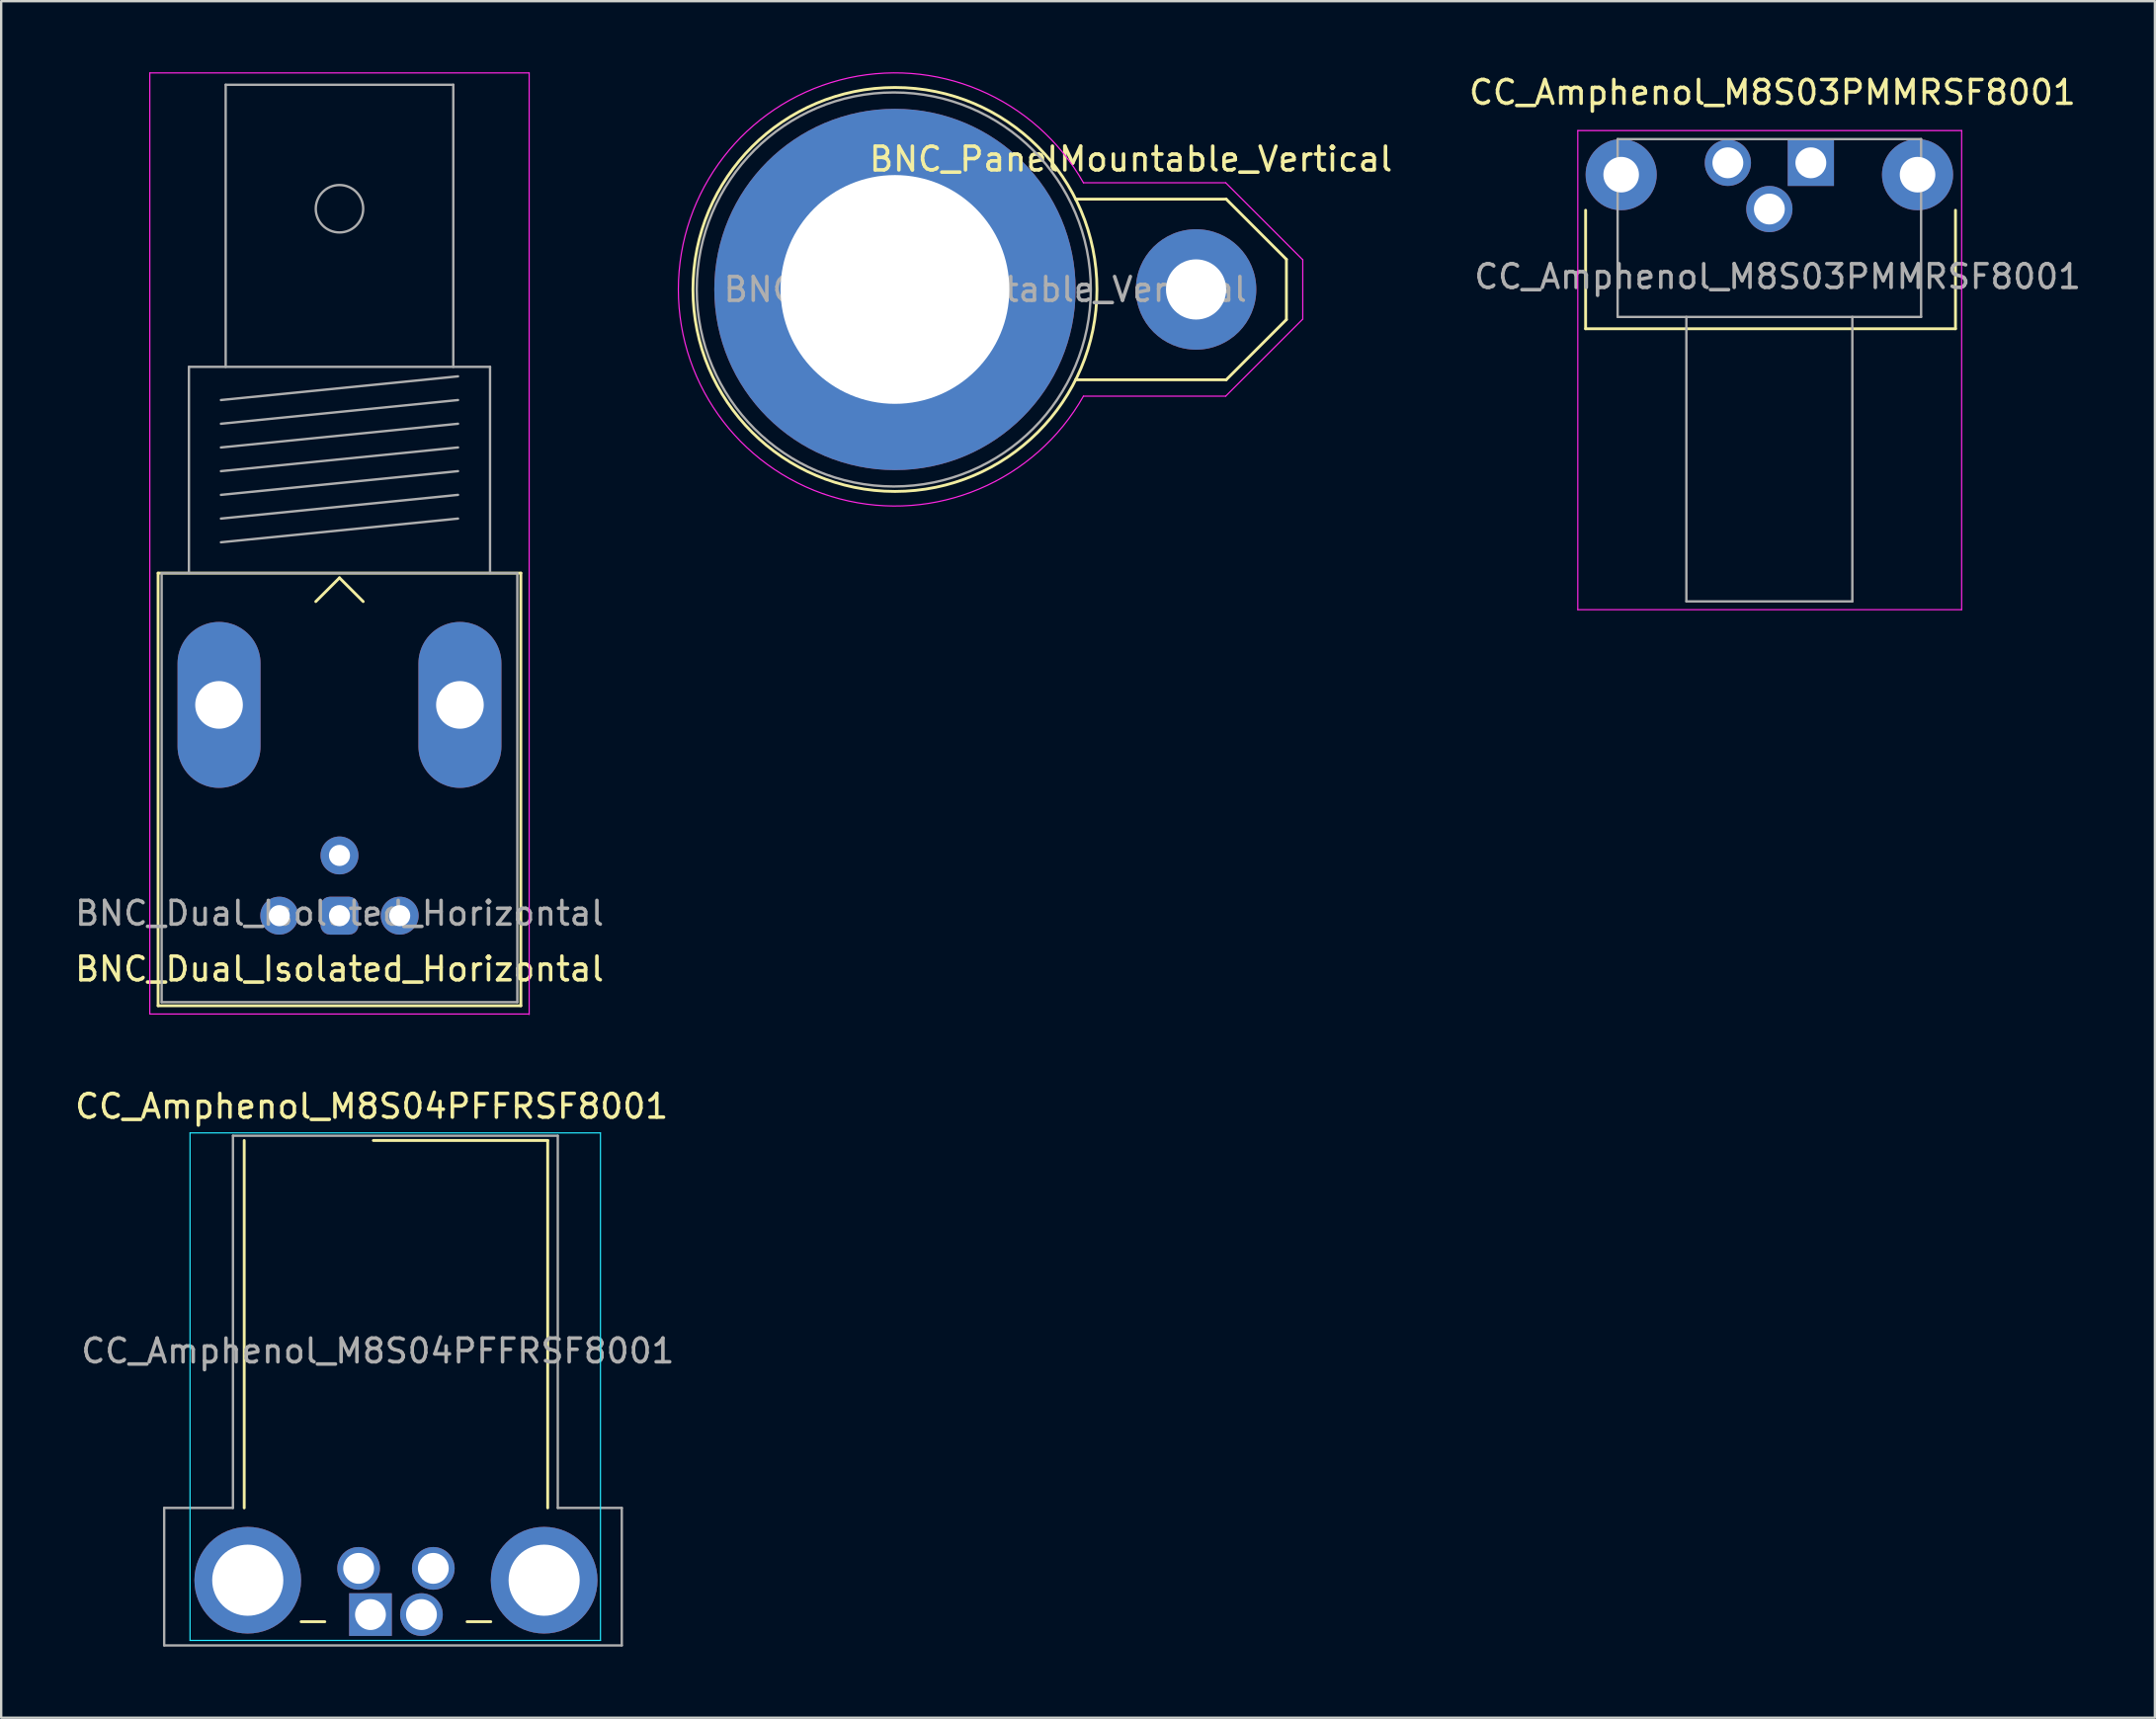
<source format=kicad_pcb>
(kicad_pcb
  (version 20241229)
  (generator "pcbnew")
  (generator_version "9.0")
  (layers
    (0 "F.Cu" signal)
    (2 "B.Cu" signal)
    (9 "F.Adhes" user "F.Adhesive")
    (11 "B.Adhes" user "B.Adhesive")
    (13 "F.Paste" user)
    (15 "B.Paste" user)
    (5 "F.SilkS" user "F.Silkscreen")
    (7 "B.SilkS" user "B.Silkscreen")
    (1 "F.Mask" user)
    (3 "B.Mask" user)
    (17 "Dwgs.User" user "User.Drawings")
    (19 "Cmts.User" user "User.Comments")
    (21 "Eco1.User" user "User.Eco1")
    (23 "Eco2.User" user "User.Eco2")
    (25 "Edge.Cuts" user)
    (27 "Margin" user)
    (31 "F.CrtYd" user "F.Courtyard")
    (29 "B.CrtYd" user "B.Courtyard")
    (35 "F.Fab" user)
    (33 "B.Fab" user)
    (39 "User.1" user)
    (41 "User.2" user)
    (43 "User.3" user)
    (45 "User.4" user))
  (footprint "CC_Amphenol_M8S03PMMRSF8001"
    (layer "F.Cu")
    (at 73.325 3.818)
    (property "Reference" "CC_Amphenol_M8S03PMMRSF8001" (at -1.62 -2.97 0) (layer "F.SilkS") (effects (font (size 1 1) (thickness 0.15))))
    (attr through_hole)
    (fp_line (start -9.5 2) (end -9.5 7) (stroke (width 0.12) (type solid)) (layer "F.SilkS"))
    (fp_line (start -9.5 7) (end 6.1 7) (stroke (width 0.12) (type solid)) (layer "F.SilkS"))
    (fp_line (start 6.1 7) (end 6.1 2) (stroke (width 0.12) (type solid)) (layer "F.SilkS"))
    (fp_line (start -9.83 -1.36) (end 6.36 -1.36) (stroke (width 0.05) (type solid)) (layer "F.CrtYd"))
    (fp_line (start -9.83 18.85) (end -9.83 -1.36) (stroke (width 0.05) (type solid)) (layer "F.CrtYd"))
    (fp_line (start 6.36 -1.36) (end 6.36 18.85) (stroke (width 0.05) (type solid)) (layer "F.CrtYd"))
    (fp_line (start 6.36 18.85) (end -9.83 18.85) (stroke (width 0.05) (type solid)) (layer "F.CrtYd"))
    (fp_line (start -8.15 -1) (end 4.65 -1) (stroke (width 0.1) (type solid)) (layer "F.Fab"))
    (fp_line (start -8.15 6.5) (end -8.15 -1) (stroke (width 0.1) (type solid)) (layer "F.Fab"))
    (fp_line (start -5.25 18.5) (end -5.25 6.5) (stroke (width 0.1) (type solid)) (layer "F.Fab"))
    (fp_line (start 1.75 6.5) (end 1.75 18.5) (stroke (width 0.1) (type solid)) (layer "F.Fab"))
    (fp_line (start 1.75 18.5) (end -5.25 18.5) (stroke (width 0.1) (type solid)) (layer "F.Fab"))
    (fp_line (start 4.65 -1) (end 4.65 6.5) (stroke (width 0.1) (type solid)) (layer "F.Fab"))
    (fp_line (start 4.65 6.5) (end -8.15 6.5) (stroke (width 0.1) (type solid)) (layer "F.Fab"))
    (fp_text user "${REFERENCE}" (at -1.4 4.8 0) (layer "F.Fab") (effects (font (size 1 1) (thickness 0.15))))
    (pad "1" thru_hole rect (at 0 0 90) (size 1.95 1.95) (drill 1.3) (layers "*.Cu" "*.Mask"))
    (pad "3" thru_hole circle (at -3.5 0 90) (size 1.95 1.95) (drill 1.3) (layers "*.Cu" "*.Mask"))
    (pad "4" thru_hole circle (at -1.75 1.95 90) (size 1.95 1.95) (drill 1.3) (layers "*.Cu" "*.Mask"))
    (pad "5" thru_hole circle (at -8 0.5 90) (size 3 3) (drill 1.5) (layers "*.Cu" "*.Mask"))
    (pad "6" thru_hole circle (at 4.5 0.5 90) (size 3 3) (drill 1.5) (layers "*.Cu" "*.Mask")))
  (footprint "CC_Amphenol_M8S04PFFRSF8001"
    (layer "F.Cu")
    (at 12.575 65.058)
    (property "Reference" "CC_Amphenol_M8S04PFFRSF8001" (at 0.05 -21.44 0) (layer "F.SilkS") (effects (font (size 1 1) (thickness 0.15))))
    (attr through_hole)
    (fp_line (start -5.325 -4.5) (end -5.325 -20) (stroke (width 0.12) (type solid)) (layer "F.SilkS"))
    (fp_line (start -2.925 0.3) (end -1.925 0.3) (stroke (width 0.12) (type solid)) (layer "F.SilkS"))
    (fp_line (start 0.12 -20) (end 7.475 -20) (stroke (width 0.12) (type solid)) (layer "F.SilkS"))
    (fp_line (start 4.075 0.3) (end 5.075 0.3) (stroke (width 0.12) (type solid)) (layer "F.SilkS"))
    (fp_line (start 7.475 -20) (end 7.475 -4.5) (stroke (width 0.12) (type solid)) (layer "F.SilkS"))
    (fp_line (start -7.61 -20.32) (end 9.7 -20.32) (stroke (width 0.05) (type solid)) (layer "B.CrtYd"))
    (fp_line (start -7.61 1.09) (end -7.61 -20.32) (stroke (width 0.05) (type solid)) (layer "B.CrtYd"))
    (fp_line (start 9.7 -20.32) (end 9.7 1.09) (stroke (width 0.05) (type solid)) (layer "B.CrtYd"))
    (fp_line (start 9.7 1.09) (end -7.61 1.09) (stroke (width 0.05) (type solid)) (layer "B.CrtYd"))
    (fp_line (start -8.7 -4.5) (end -5.8 -4.5) (stroke (width 0.1) (type solid)) (layer "F.Fab"))
    (fp_line (start -8.7 1.3) (end -8.7 -4.5) (stroke (width 0.1) (type solid)) (layer "F.Fab"))
    (fp_line (start -5.8 -20.2) (end 7.9 -20.2) (stroke (width 0.1) (type solid)) (layer "F.Fab"))
    (fp_line (start -5.8 -4.5) (end -5.8 -20.2) (stroke (width 0.1) (type solid)) (layer "F.Fab"))
    (fp_line (start 7.9 -20.2) (end 7.9 -4.5) (stroke (width 0.1) (type solid)) (layer "F.Fab"))
    (fp_line (start 7.9 -4.5) (end 10.6 -4.5) (stroke (width 0.1) (type solid)) (layer "F.Fab"))
    (fp_line (start 10.6 -4.5) (end 10.6 1.3) (stroke (width 0.1) (type solid)) (layer "F.Fab"))
    (fp_line (start 10.6 1.3) (end -8.7 1.3) (stroke (width 0.1) (type solid)) (layer "F.Fab"))
    (fp_text user "${REFERENCE}" (at 0.31 -11.12 0) (layer "F.Fab") (effects (font (size 1 1) (thickness 0.15))))
    (pad "1" thru_hole rect (at 0 0 90) (size 1.8 1.8) (drill 1.3) (layers "*.Cu" "*.Mask"))
    (pad "2" thru_hole circle (at 2.15 0 90) (size 1.8 1.8) (drill 1.3) (layers "*.Cu" "*.Mask"))
    (pad "3" thru_hole circle (at -0.5 -1.95 90) (size 1.8 1.8) (drill 1.3) (layers "*.Cu" "*.Mask"))
    (pad "4" thru_hole circle (at 2.65 -1.95 90) (size 1.8 1.8) (drill 1.3) (layers "*.Cu" "*.Mask"))
    (pad "MH1" thru_hole circle (at -5.175 -1.45 90) (size 4.5 4.5) (drill 3) (layers "*.Cu" "*.Mask"))
    (pad "MH2" thru_hole circle (at 7.325 -1.45 90) (size 4.5 4.5) (drill 3) (layers "*.Cu" "*.Mask")))
  (footprint "BNC_PanelMountable_Vertical"
    (layer "F.Cu")
    (at 47.396 9.16)
    (property "Reference" "BNC_PanelMountable_Vertical" (at -2.75 -5.5 0) (layer "F.SilkS") (effects (font (size 1 1) (thickness 0.15))))
    (attr through_hole)
    (fp_line (start -5.08 3.81) (end 1.27 3.81) (stroke (width 0.12) (type solid)) (layer "F.SilkS"))
    (fp_line (start 1.27 -3.81) (end -5.08 -3.81) (stroke (width 0.12) (type solid)) (layer "F.SilkS"))
    (fp_line (start 1.27 3.81) (end 3.81 1.27) (stroke (width 0.12) (type solid)) (layer "F.SilkS"))
    (fp_line (start 3.81 -1.27) (end 1.27 -3.81) (stroke (width 0.12) (type solid)) (layer "F.SilkS"))
    (fp_line (start 3.81 1.27) (end 3.81 -1.27) (stroke (width 0.12) (type solid)) (layer "F.SilkS"))
    (fp_circle (center -12.7 0) (end -5.08 3.81) (stroke (width 0.12) (type solid)) (fill no) (layer "F.SilkS"))
    (fp_line (start -4.75 -4.5) (end 1.25 -4.5) (stroke (width 0.05) (type solid)) (layer "F.CrtYd"))
    (fp_line (start 1.25 -4.5) (end 4.5 -1.25) (stroke (width 0.05) (type solid)) (layer "F.CrtYd"))
    (fp_line (start 1.25 4.5) (end -4.75 4.5) (stroke (width 0.05) (type solid)) (layer "F.CrtYd"))
    (fp_line (start 4.5 -1.25) (end 4.5 1.25) (stroke (width 0.05) (type solid)) (layer "F.CrtYd"))
    (fp_line (start 4.5 1.25) (end 1.25 4.5) (stroke (width 0.05) (type solid)) (layer "F.CrtYd"))
    (fp_arc (start -4.75 4.5) (mid -21.835234 -0.001833) (end -4.748194 -4.496809) (stroke (width 0.05) (type solid)) (layer "F.CrtYd"))
    (fp_circle (center -12.75 0) (end -6.75 5.75) (stroke (width 0.1) (type solid)) (fill no) (layer "F.Fab"))
    (fp_text user "${REFERENCE}" (at -8.89 0 0) (layer "F.Fab") (effects (font (size 1 1) (thickness 0.15))))
    (pad "1" thru_hole circle (at 0 0) (size 5.08 5.08) (drill 2.54) (layers "*.Cu" "*.Mask"))
    (pad "2" thru_hole circle (at -12.7 0) (size 15.24 15.24) (drill 9.65) (layers "*.Cu" "*.Mask")))
  (footprint "BNC_Dual_Isolated_Horizontal"
    (layer "F.Cu")
    (at 11.268 35.575)
    (property "Reference" "BNC_Dual_Isolated_Horizontal" (at 0 2.25 0) (layer "F.SilkS") (effects (font (size 1 1) (thickness 0.15))))
    (attr through_hole)
    (fp_line (start -7.65 -14.45) (end 7.65 -14.45) (stroke (width 0.12) (type solid)) (layer "F.SilkS"))
    (fp_line (start -7.65 3.8) (end -7.65 -14.45) (stroke (width 0.12) (type solid)) (layer "F.SilkS"))
    (fp_line (start 0 -14.25) (end -1 -13.25) (stroke (width 0.12) (type solid)) (layer "F.SilkS"))
    (fp_line (start 0 -14.25) (end 1 -13.25) (stroke (width 0.12) (type solid)) (layer "F.SilkS"))
    (fp_line (start 7.65 -14.45) (end 7.65 3.8) (stroke (width 0.12) (type solid)) (layer "F.SilkS"))
    (fp_line (start 7.65 3.8) (end -7.65 3.8) (stroke (width 0.12) (type solid)) (layer "F.SilkS"))
    (fp_line (start -8 4.15) (end -8 -35.55) (stroke (width 0.05) (type solid)) (layer "F.CrtYd"))
    (fp_line (start -8 4.15) (end 8 4.15) (stroke (width 0.05) (type solid)) (layer "F.CrtYd"))
    (fp_line (start 8 -35.55) (end -8 -35.55) (stroke (width 0.05) (type solid)) (layer "F.CrtYd"))
    (fp_line (start 8 4.17) (end 8 -35.55) (stroke (width 0.05) (type solid)) (layer "F.CrtYd"))
    (fp_line (start -7.5 -14.45) (end -7.5 3.65) (stroke (width 0.1) (type solid)) (layer "F.Fab"))
    (fp_line (start -7.5 3.65) (end 7.5 3.65) (stroke (width 0.1) (type solid)) (layer "F.Fab"))
    (fp_line (start -6.35 -23.15) (end -6.35 -14.45) (stroke (width 0.1) (type solid)) (layer "F.Fab"))
    (fp_line (start -5 -21.75) (end 5 -22.75) (stroke (width 0.1) (type solid)) (layer "F.Fab"))
    (fp_line (start -5 -20.75) (end 5 -21.75) (stroke (width 0.1) (type solid)) (layer "F.Fab"))
    (fp_line (start -5 -19.75) (end 5 -20.75) (stroke (width 0.1) (type solid)) (layer "F.Fab"))
    (fp_line (start -5 -18.75) (end 5 -19.75) (stroke (width 0.1) (type solid)) (layer "F.Fab"))
    (fp_line (start -5 -17.75) (end 5 -18.75) (stroke (width 0.1) (type solid)) (layer "F.Fab"))
    (fp_line (start -5 -16.75) (end 5 -17.75) (stroke (width 0.1) (type solid)) (layer "F.Fab"))
    (fp_line (start -5 -15.75) (end 5 -16.75) (stroke (width 0.1) (type solid)) (layer "F.Fab"))
    (fp_line (start -4.8 -35.05) (end -4.8 -23.15) (stroke (width 0.1) (type solid)) (layer "F.Fab"))
    (fp_line (start 4.8 -35.05) (end -4.8 -35.05) (stroke (width 0.1) (type solid)) (layer "F.Fab"))
    (fp_line (start 4.8 -23.15) (end 4.8 -35.05) (stroke (width 0.1) (type solid)) (layer "F.Fab"))
    (fp_line (start 6.35 -23.15) (end -6.35 -23.15) (stroke (width 0.1) (type solid)) (layer "F.Fab"))
    (fp_line (start 6.35 -14.45) (end 6.35 -23.15) (stroke (width 0.1) (type solid)) (layer "F.Fab"))
    (fp_line (start 7.5 -14.45) (end -7.5 -14.45) (stroke (width 0.1) (type solid)) (layer "F.Fab"))
    (fp_line (start 7.5 3.65) (end 7.5 -14.45) (stroke (width 0.1) (type solid)) (layer "F.Fab"))
    (fp_circle (center 0 -29.82) (end 1 -29.82) (stroke (width 0.1) (type solid)) (fill no) (layer "F.Fab"))
    (fp_text user "${REFERENCE}" (at 0 -0.1 0) (layer "F.Fab") (effects (font (size 1 1) (thickness 0.15))))
    (pad "1" thru_hole roundrect (at 0 0) (size 1.6 1.6) (drill 0.89) (layers "*.Cu" "*.Mask") (roundrect_rratio 0.25))
    (pad "2" thru_hole oval (at -5.08 -8.89) (size 3.5 7) (drill 2.01) (layers "*.Cu" "*.Mask"))
    (pad "2" thru_hole circle (at -2.54 0) (size 1.6 1.6) (drill 0.89) (layers "*.Cu" "*.Mask"))
    (pad "2" thru_hole oval (at 5.08 -8.89) (size 3.5 7) (drill 2.01) (layers "*.Cu" "*.Mask"))
    (pad "3" thru_hole circle (at 0 -2.54) (size 1.6 1.6) (drill 0.89) (layers "*.Cu" "*.Mask"))
    (pad "4" thru_hole circle (at 2.54 0) (size 1.6 1.6) (drill 0.89) (layers "*.Cu" "*.Mask")))
  (gr_rect
    (start -3 -3)
    (end 87.836 69.408)
    (stroke (width 0.1) (type default))
    (fill no)
    (layer "Edge.Cuts")))
</source>
